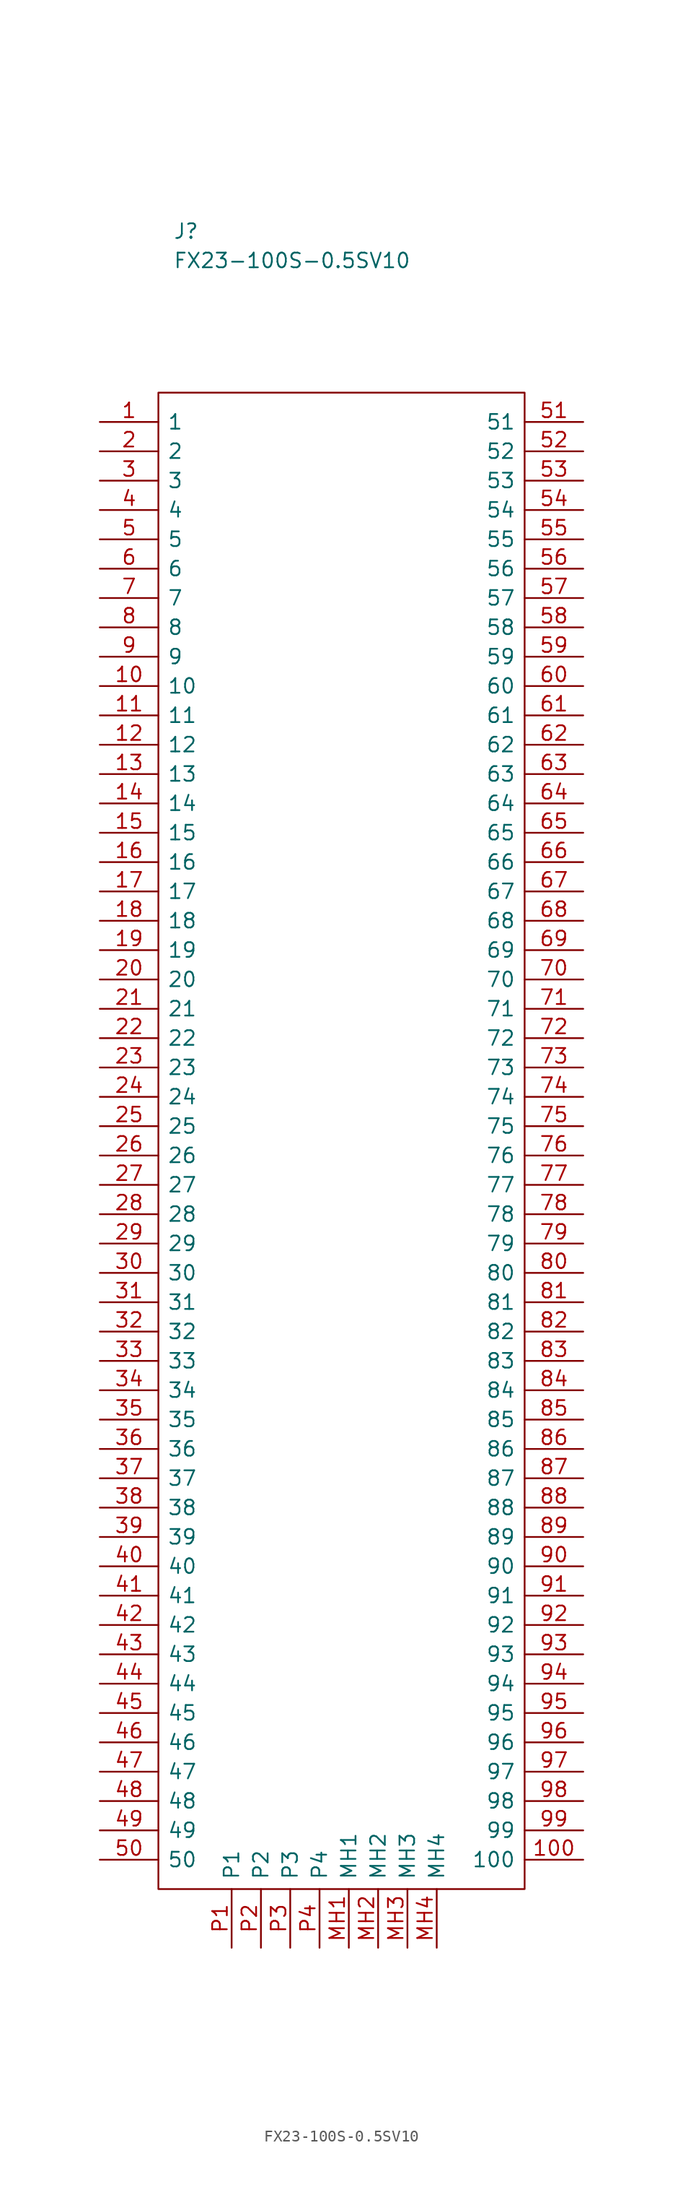
<source format=kicad_sym>
(kicad_symbol_lib
  (version 20211014)
  (generator kicad_symbol_editor)
  (symbol "FX23-100S-0.5SV10"
    (pin_names
      (offset 0.762))
    (property "Reference" "J"
      (at 6.35 16.51 0)
      (effects (font (size 1.27 1.27)) (justify left)))
    (property "Value" "FX23-100S-0.5SV10"
      (at 6.35 13.97 0)
      (effects (font (size 1.27 1.27)) (justify left)))
    (symbol "FX23-100S-0.5SV10_1_1"
      (polyline (pts (xy 5.08 2.54) (xy 36.83 2.54) (xy 36.83 -127) (xy 5.08 -127) (xy 5.08 2.54)) (stroke (width 0.152) (type default) (color 0 0 0 0)) (fill (type none)))
      (pin passive line (at 0 0 0) (length 5.08) (name "1" (effects (font (size 1.27 1.27)))) (number "1" (effects (font (size 1.27 1.27)))))
      (pin passive line (at 0 -22.86 0) (length 5.08) (name "10" (effects (font (size 1.27 1.27)))) (number "10" (effects (font (size 1.27 1.27)))))
      (pin passive line (at 41.91 -124.46 180) (length 5.08) (name "100" (effects (font (size 1.27 1.27)))) (number "100" (effects (font (size 1.27 1.27)))))
      (pin passive line (at 0 -25.4 0) (length 5.08) (name "11" (effects (font (size 1.27 1.27)))) (number "11" (effects (font (size 1.27 1.27)))))
      (pin passive line (at 0 -27.94 0) (length 5.08) (name "12" (effects (font (size 1.27 1.27)))) (number "12" (effects (font (size 1.27 1.27)))))
      (pin passive line (at 0 -30.48 0) (length 5.08) (name "13" (effects (font (size 1.27 1.27)))) (number "13" (effects (font (size 1.27 1.27)))))
      (pin passive line (at 0 -33.02 0) (length 5.08) (name "14" (effects (font (size 1.27 1.27)))) (number "14" (effects (font (size 1.27 1.27)))))
      (pin passive line (at 0 -35.56 0) (length 5.08) (name "15" (effects (font (size 1.27 1.27)))) (number "15" (effects (font (size 1.27 1.27)))))
      (pin passive line (at 0 -38.1 0) (length 5.08) (name "16" (effects (font (size 1.27 1.27)))) (number "16" (effects (font (size 1.27 1.27)))))
      (pin passive line (at 0 -40.64 0) (length 5.08) (name "17" (effects (font (size 1.27 1.27)))) (number "17" (effects (font (size 1.27 1.27)))))
      (pin passive line (at 0 -43.18 0) (length 5.08) (name "18" (effects (font (size 1.27 1.27)))) (number "18" (effects (font (size 1.27 1.27)))))
      (pin passive line (at 0 -45.72 0) (length 5.08) (name "19" (effects (font (size 1.27 1.27)))) (number "19" (effects (font (size 1.27 1.27)))))
      (pin passive line (at 0 -2.54 0) (length 5.08) (name "2" (effects (font (size 1.27 1.27)))) (number "2" (effects (font (size 1.27 1.27)))))
      (pin passive line (at 0 -48.26 0) (length 5.08) (name "20" (effects (font (size 1.27 1.27)))) (number "20" (effects (font (size 1.27 1.27)))))
      (pin passive line (at 0 -50.8 0) (length 5.08) (name "21" (effects (font (size 1.27 1.27)))) (number "21" (effects (font (size 1.27 1.27)))))
      (pin passive line (at 0 -53.34 0) (length 5.08) (name "22" (effects (font (size 1.27 1.27)))) (number "22" (effects (font (size 1.27 1.27)))))
      (pin passive line (at 0 -55.88 0) (length 5.08) (name "23" (effects (font (size 1.27 1.27)))) (number "23" (effects (font (size 1.27 1.27)))))
      (pin passive line (at 0 -58.42 0) (length 5.08) (name "24" (effects (font (size 1.27 1.27)))) (number "24" (effects (font (size 1.27 1.27)))))
      (pin passive line (at 0 -60.96 0) (length 5.08) (name "25" (effects (font (size 1.27 1.27)))) (number "25" (effects (font (size 1.27 1.27)))))
      (pin passive line (at 0 -63.5 0) (length 5.08) (name "26" (effects (font (size 1.27 1.27)))) (number "26" (effects (font (size 1.27 1.27)))))
      (pin passive line (at 0 -66.04 0) (length 5.08) (name "27" (effects (font (size 1.27 1.27)))) (number "27" (effects (font (size 1.27 1.27)))))
      (pin passive line (at 0 -68.58 0) (length 5.08) (name "28" (effects (font (size 1.27 1.27)))) (number "28" (effects (font (size 1.27 1.27)))))
      (pin passive line (at 0 -71.12 0) (length 5.08) (name "29" (effects (font (size 1.27 1.27)))) (number "29" (effects (font (size 1.27 1.27)))))
      (pin passive line (at 0 -5.08 0) (length 5.08) (name "3" (effects (font (size 1.27 1.27)))) (number "3" (effects (font (size 1.27 1.27)))))
      (pin passive line (at 0 -73.66 0) (length 5.08) (name "30" (effects (font (size 1.27 1.27)))) (number "30" (effects (font (size 1.27 1.27)))))
      (pin passive line (at 0 -76.2 0) (length 5.08) (name "31" (effects (font (size 1.27 1.27)))) (number "31" (effects (font (size 1.27 1.27)))))
      (pin passive line (at 0 -78.74 0) (length 5.08) (name "32" (effects (font (size 1.27 1.27)))) (number "32" (effects (font (size 1.27 1.27)))))
      (pin passive line (at 0 -81.28 0) (length 5.08) (name "33" (effects (font (size 1.27 1.27)))) (number "33" (effects (font (size 1.27 1.27)))))
      (pin passive line (at 0 -83.82 0) (length 5.08) (name "34" (effects (font (size 1.27 1.27)))) (number "34" (effects (font (size 1.27 1.27)))))
      (pin passive line (at 0 -86.36 0) (length 5.08) (name "35" (effects (font (size 1.27 1.27)))) (number "35" (effects (font (size 1.27 1.27)))))
      (pin passive line (at 0 -88.9 0) (length 5.08) (name "36" (effects (font (size 1.27 1.27)))) (number "36" (effects (font (size 1.27 1.27)))))
      (pin passive line (at 0 -91.44 0) (length 5.08) (name "37" (effects (font (size 1.27 1.27)))) (number "37" (effects (font (size 1.27 1.27)))))
      (pin passive line (at 0 -93.98 0) (length 5.08) (name "38" (effects (font (size 1.27 1.27)))) (number "38" (effects (font (size 1.27 1.27)))))
      (pin passive line (at 0 -96.52 0) (length 5.08) (name "39" (effects (font (size 1.27 1.27)))) (number "39" (effects (font (size 1.27 1.27)))))
      (pin passive line (at 0 -7.62 0) (length 5.08) (name "4" (effects (font (size 1.27 1.27)))) (number "4" (effects (font (size 1.27 1.27)))))
      (pin passive line (at 0 -99.06 0) (length 5.08) (name "40" (effects (font (size 1.27 1.27)))) (number "40" (effects (font (size 1.27 1.27)))))
      (pin passive line (at 0 -101.6 0) (length 5.08) (name "41" (effects (font (size 1.27 1.27)))) (number "41" (effects (font (size 1.27 1.27)))))
      (pin passive line (at 0 -104.14 0) (length 5.08) (name "42" (effects (font (size 1.27 1.27)))) (number "42" (effects (font (size 1.27 1.27)))))
      (pin passive line (at 0 -106.68 0) (length 5.08) (name "43" (effects (font (size 1.27 1.27)))) (number "43" (effects (font (size 1.27 1.27)))))
      (pin passive line (at 0 -109.22 0) (length 5.08) (name "44" (effects (font (size 1.27 1.27)))) (number "44" (effects (font (size 1.27 1.27)))))
      (pin passive line (at 0 -111.76 0) (length 5.08) (name "45" (effects (font (size 1.27 1.27)))) (number "45" (effects (font (size 1.27 1.27)))))
      (pin passive line (at 0 -114.3 0) (length 5.08) (name "46" (effects (font (size 1.27 1.27)))) (number "46" (effects (font (size 1.27 1.27)))))
      (pin passive line (at 0 -116.84 0) (length 5.08) (name "47" (effects (font (size 1.27 1.27)))) (number "47" (effects (font (size 1.27 1.27)))))
      (pin passive line (at 0 -119.38 0) (length 5.08) (name "48" (effects (font (size 1.27 1.27)))) (number "48" (effects (font (size 1.27 1.27)))))
      (pin passive line (at 0 -121.92 0) (length 5.08) (name "49" (effects (font (size 1.27 1.27)))) (number "49" (effects (font (size 1.27 1.27)))))
      (pin passive line (at 0 -10.16 0) (length 5.08) (name "5" (effects (font (size 1.27 1.27)))) (number "5" (effects (font (size 1.27 1.27)))))
      (pin passive line (at 0 -124.46 0) (length 5.08) (name "50" (effects (font (size 1.27 1.27)))) (number "50" (effects (font (size 1.27 1.27)))))
      (pin passive line (at 41.91 0 180) (length 5.08) (name "51" (effects (font (size 1.27 1.27)))) (number "51" (effects (font (size 1.27 1.27)))))
      (pin passive line (at 41.91 -2.54 180) (length 5.08) (name "52" (effects (font (size 1.27 1.27)))) (number "52" (effects (font (size 1.27 1.27)))))
      (pin passive line (at 41.91 -5.08 180) (length 5.08) (name "53" (effects (font (size 1.27 1.27)))) (number "53" (effects (font (size 1.27 1.27)))))
      (pin passive line (at 41.91 -7.62 180) (length 5.08) (name "54" (effects (font (size 1.27 1.27)))) (number "54" (effects (font (size 1.27 1.27)))))
      (pin passive line (at 41.91 -10.16 180) (length 5.08) (name "55" (effects (font (size 1.27 1.27)))) (number "55" (effects (font (size 1.27 1.27)))))
      (pin passive line (at 41.91 -12.7 180) (length 5.08) (name "56" (effects (font (size 1.27 1.27)))) (number "56" (effects (font (size 1.27 1.27)))))
      (pin passive line (at 41.91 -15.24 180) (length 5.08) (name "57" (effects (font (size 1.27 1.27)))) (number "57" (effects (font (size 1.27 1.27)))))
      (pin passive line (at 41.91 -17.78 180) (length 5.08) (name "58" (effects (font (size 1.27 1.27)))) (number "58" (effects (font (size 1.27 1.27)))))
      (pin passive line (at 41.91 -20.32 180) (length 5.08) (name "59" (effects (font (size 1.27 1.27)))) (number "59" (effects (font (size 1.27 1.27)))))
      (pin passive line (at 0 -12.7 0) (length 5.08) (name "6" (effects (font (size 1.27 1.27)))) (number "6" (effects (font (size 1.27 1.27)))))
      (pin passive line (at 41.91 -22.86 180) (length 5.08) (name "60" (effects (font (size 1.27 1.27)))) (number "60" (effects (font (size 1.27 1.27)))))
      (pin passive line (at 41.91 -25.4 180) (length 5.08) (name "61" (effects (font (size 1.27 1.27)))) (number "61" (effects (font (size 1.27 1.27)))))
      (pin passive line (at 41.91 -27.94 180) (length 5.08) (name "62" (effects (font (size 1.27 1.27)))) (number "62" (effects (font (size 1.27 1.27)))))
      (pin passive line (at 41.91 -30.48 180) (length 5.08) (name "63" (effects (font (size 1.27 1.27)))) (number "63" (effects (font (size 1.27 1.27)))))
      (pin passive line (at 41.91 -33.02 180) (length 5.08) (name "64" (effects (font (size 1.27 1.27)))) (number "64" (effects (font (size 1.27 1.27)))))
      (pin passive line (at 41.91 -35.56 180) (length 5.08) (name "65" (effects (font (size 1.27 1.27)))) (number "65" (effects (font (size 1.27 1.27)))))
      (pin passive line (at 41.91 -38.1 180) (length 5.08) (name "66" (effects (font (size 1.27 1.27)))) (number "66" (effects (font (size 1.27 1.27)))))
      (pin passive line (at 41.91 -40.64 180) (length 5.08) (name "67" (effects (font (size 1.27 1.27)))) (number "67" (effects (font (size 1.27 1.27)))))
      (pin passive line (at 41.91 -43.18 180) (length 5.08) (name "68" (effects (font (size 1.27 1.27)))) (number "68" (effects (font (size 1.27 1.27)))))
      (pin passive line (at 41.91 -45.72 180) (length 5.08) (name "69" (effects (font (size 1.27 1.27)))) (number "69" (effects (font (size 1.27 1.27)))))
      (pin passive line (at 0 -15.24 0) (length 5.08) (name "7" (effects (font (size 1.27 1.27)))) (number "7" (effects (font (size 1.27 1.27)))))
      (pin passive line (at 41.91 -48.26 180) (length 5.08) (name "70" (effects (font (size 1.27 1.27)))) (number "70" (effects (font (size 1.27 1.27)))))
      (pin passive line (at 41.91 -50.8 180) (length 5.08) (name "71" (effects (font (size 1.27 1.27)))) (number "71" (effects (font (size 1.27 1.27)))))
      (pin passive line (at 41.91 -53.34 180) (length 5.08) (name "72" (effects (font (size 1.27 1.27)))) (number "72" (effects (font (size 1.27 1.27)))))
      (pin passive line (at 41.91 -55.88 180) (length 5.08) (name "73" (effects (font (size 1.27 1.27)))) (number "73" (effects (font (size 1.27 1.27)))))
      (pin passive line (at 41.91 -58.42 180) (length 5.08) (name "74" (effects (font (size 1.27 1.27)))) (number "74" (effects (font (size 1.27 1.27)))))
      (pin passive line (at 41.91 -60.96 180) (length 5.08) (name "75" (effects (font (size 1.27 1.27)))) (number "75" (effects (font (size 1.27 1.27)))))
      (pin passive line (at 41.91 -63.5 180) (length 5.08) (name "76" (effects (font (size 1.27 1.27)))) (number "76" (effects (font (size 1.27 1.27)))))
      (pin passive line (at 41.91 -66.04 180) (length 5.08) (name "77" (effects (font (size 1.27 1.27)))) (number "77" (effects (font (size 1.27 1.27)))))
      (pin passive line (at 41.91 -68.58 180) (length 5.08) (name "78" (effects (font (size 1.27 1.27)))) (number "78" (effects (font (size 1.27 1.27)))))
      (pin passive line (at 41.91 -71.12 180) (length 5.08) (name "79" (effects (font (size 1.27 1.27)))) (number "79" (effects (font (size 1.27 1.27)))))
      (pin passive line (at 0 -17.78 0) (length 5.08) (name "8" (effects (font (size 1.27 1.27)))) (number "8" (effects (font (size 1.27 1.27)))))
      (pin passive line (at 41.91 -73.66 180) (length 5.08) (name "80" (effects (font (size 1.27 1.27)))) (number "80" (effects (font (size 1.27 1.27)))))
      (pin passive line (at 41.91 -76.2 180) (length 5.08) (name "81" (effects (font (size 1.27 1.27)))) (number "81" (effects (font (size 1.27 1.27)))))
      (pin passive line (at 41.91 -78.74 180) (length 5.08) (name "82" (effects (font (size 1.27 1.27)))) (number "82" (effects (font (size 1.27 1.27)))))
      (pin passive line (at 41.91 -81.28 180) (length 5.08) (name "83" (effects (font (size 1.27 1.27)))) (number "83" (effects (font (size 1.27 1.27)))))
      (pin passive line (at 41.91 -83.82 180) (length 5.08) (name "84" (effects (font (size 1.27 1.27)))) (number "84" (effects (font (size 1.27 1.27)))))
      (pin passive line (at 41.91 -86.36 180) (length 5.08) (name "85" (effects (font (size 1.27 1.27)))) (number "85" (effects (font (size 1.27 1.27)))))
      (pin passive line (at 41.91 -88.9 180) (length 5.08) (name "86" (effects (font (size 1.27 1.27)))) (number "86" (effects (font (size 1.27 1.27)))))
      (pin passive line (at 41.91 -91.44 180) (length 5.08) (name "87" (effects (font (size 1.27 1.27)))) (number "87" (effects (font (size 1.27 1.27)))))
      (pin passive line (at 41.91 -93.98 180) (length 5.08) (name "88" (effects (font (size 1.27 1.27)))) (number "88" (effects (font (size 1.27 1.27)))))
      (pin passive line (at 41.91 -96.52 180) (length 5.08) (name "89" (effects (font (size 1.27 1.27)))) (number "89" (effects (font (size 1.27 1.27)))))
      (pin passive line (at 0 -20.32 0) (length 5.08) (name "9" (effects (font (size 1.27 1.27)))) (number "9" (effects (font (size 1.27 1.27)))))
      (pin passive line (at 41.91 -99.06 180) (length 5.08) (name "90" (effects (font (size 1.27 1.27)))) (number "90" (effects (font (size 1.27 1.27)))))
      (pin passive line (at 41.91 -101.6 180) (length 5.08) (name "91" (effects (font (size 1.27 1.27)))) (number "91" (effects (font (size 1.27 1.27)))))
      (pin passive line (at 41.91 -104.14 180) (length 5.08) (name "92" (effects (font (size 1.27 1.27)))) (number "92" (effects (font (size 1.27 1.27)))))
      (pin passive line (at 41.91 -106.68 180) (length 5.08) (name "93" (effects (font (size 1.27 1.27)))) (number "93" (effects (font (size 1.27 1.27)))))
      (pin passive line (at 41.91 -109.22 180) (length 5.08) (name "94" (effects (font (size 1.27 1.27)))) (number "94" (effects (font (size 1.27 1.27)))))
      (pin passive line (at 41.91 -111.76 180) (length 5.08) (name "95" (effects (font (size 1.27 1.27)))) (number "95" (effects (font (size 1.27 1.27)))))
      (pin passive line (at 41.91 -114.3 180) (length 5.08) (name "96" (effects (font (size 1.27 1.27)))) (number "96" (effects (font (size 1.27 1.27)))))
      (pin passive line (at 41.91 -116.84 180) (length 5.08) (name "97" (effects (font (size 1.27 1.27)))) (number "97" (effects (font (size 1.27 1.27)))))
      (pin passive line (at 41.91 -119.38 180) (length 5.08) (name "98" (effects (font (size 1.27 1.27)))) (number "98" (effects (font (size 1.27 1.27)))))
      (pin passive line (at 41.91 -121.92 180) (length 5.08) (name "99" (effects (font (size 1.27 1.27)))) (number "99" (effects (font (size 1.27 1.27)))))
      (pin passive line (at 21.59 -132.08 90) (length 5.08) (name "MH1" (effects (font (size 1.27 1.27)))) (number "MH1" (effects (font (size 1.27 1.27)))))
      (pin passive line (at 24.13 -132.08 90) (length 5.08) (name "MH2" (effects (font (size 1.27 1.27)))) (number "MH2" (effects (font (size 1.27 1.27)))))
      (pin passive line (at 26.67 -132.08 90) (length 5.08) (name "MH3" (effects (font (size 1.27 1.27)))) (number "MH3" (effects (font (size 1.27 1.27)))))
      (pin passive line (at 29.21 -132.08 90) (length 5.08) (name "MH4" (effects (font (size 1.27 1.27)))) (number "MH4" (effects (font (size 1.27 1.27)))))
      (pin passive line (at 11.43 -132.08 90) (length 5.08) (name "P1" (effects (font (size 1.27 1.27)))) (number "P1" (effects (font (size 1.27 1.27)))))
      (pin passive line (at 13.97 -132.08 90) (length 5.08) (name "P2" (effects (font (size 1.27 1.27)))) (number "P2" (effects (font (size 1.27 1.27)))))
      (pin passive line (at 16.51 -132.08 90) (length 5.08) (name "P3" (effects (font (size 1.27 1.27)))) (number "P3" (effects (font (size 1.27 1.27)))))
      (pin passive line (at 19.05 -132.08 90) (length 5.08) (name "P4" (effects (font (size 1.27 1.27)))) (number "P4" (effects (font (size 1.27 1.27))))))))
</source>
